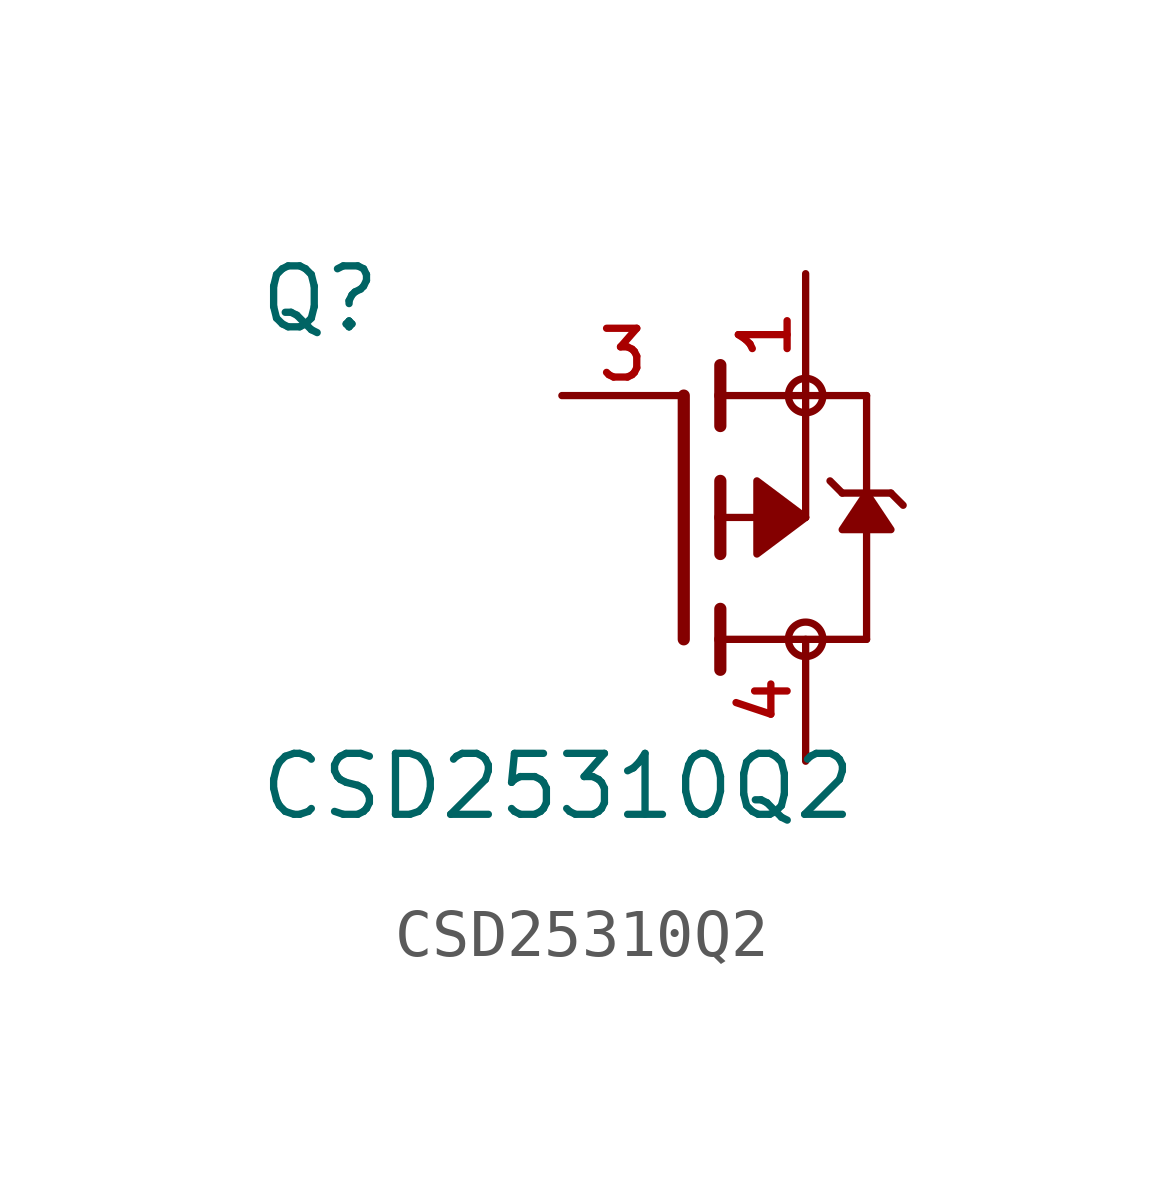
<source format=kicad_sym>
(kicad_symbol_lib
  (version 20211014)
  (generator kicad_symbol_editor)
  (symbol "CSD25310Q2"
    (pin_names
      (offset 1.016))
    (property "Reference" "Q"
      (at -8.89 3.81 0)
      (effects (font (size 1.27 1.27)) (justify bottom left)))
    (property "Value" "CSD25310Q2"
      (at -8.89 -6.35 0)
      (effects (font (size 1.27 1.27)) (justify bottom left)))
    (symbol "CSD25310Q2_0_0"
      (polyline (pts (xy 0.762 -0.762) (xy 0.762 0.0)) (stroke (width 0.254)))
      (polyline (pts (xy 0.762 0.0) (xy 0.762 0.762)) (stroke (width 0.254)))
      (polyline (pts (xy 0.762 -3.175) (xy 0.762 -2.54)) (stroke (width 0.254)))
      (polyline (pts (xy 0.762 -2.54) (xy 0.762 -1.905)) (stroke (width 0.254)))
      (polyline (pts (xy 0.762 0.0) (xy 2.54 0.0)) (stroke (width 0.152)))
      (polyline (pts (xy 2.54 0.0) (xy 2.54 2.54)) (stroke (width 0.152)))
      (polyline (pts (xy 0.762 1.905) (xy 0.762 2.54)) (stroke (width 0.254)))
      (polyline (pts (xy 0.762 2.54) (xy 0.762 3.175)) (stroke (width 0.254)))
      (polyline (pts (xy 0.0 -2.54) (xy 0.0 2.54)) (stroke (width 0.254)))
      (polyline (pts (xy 2.54 2.54) (xy 0.762 2.54)) (stroke (width 0.152)))
      (polyline (pts (xy 3.81 -2.54) (xy 3.81 0.508)) (stroke (width 0.152)))
      (polyline (pts (xy 3.81 0.508) (xy 3.81 2.54)) (stroke (width 0.152)))
      (polyline (pts (xy 2.54 2.54) (xy 3.81 2.54)) (stroke (width 0.152)))
      (polyline (pts (xy 0.762 -2.54) (xy 3.81 -2.54)) (stroke (width 0.152)))
      (polyline (pts (xy 3.048 0.762) (xy 3.302 0.508)) (stroke (width 0.152)))
      (polyline (pts (xy 3.302 0.508) (xy 3.81 0.508)) (stroke (width 0.152)))
      (polyline (pts (xy 3.81 0.508) (xy 4.318 0.508)) (stroke (width 0.152)))
      (polyline (pts (xy 4.318 0.508) (xy 4.572 0.254)) (stroke (width 0.152)))
      (circle (center 2.54 2.54) (radius 0.359) (stroke (width 0.0)) (fill (type none)))
      (circle (center 2.54 -2.54) (radius 0.359) (stroke (width 0.0)) (fill (type none)))
      (polyline (pts (xy 3.81 0.508) (xy 4.318 -0.254) (xy 3.302 -0.254) (xy 3.81 0.508)) (stroke (width 0.152)) (fill (type outline)))
      (polyline (pts (xy 2.54 0.0) (xy 1.524 0.762) (xy 1.524 -0.762) (xy 2.54 0.0)) (stroke (width 0.152)) (fill (type outline)))
      (pin passive line (at 2.54 5.08 270.0) (length 2.54) (name "~" (effects (font (size 1.016 1.016)))) (number "1" (effects (font (size 1.016 1.016)))))
      (pin passive line (at 2.54 5.08 270.0) (length 2.54) hide (name "~" (effects (font (size 1.016 1.016)))) (number "2" (effects (font (size 1.016 1.016)))))
      (pin passive line (at 2.54 5.08 270.0) (length 2.54) hide (name "~" (effects (font (size 1.016 1.016)))) (number "5" (effects (font (size 1.016 1.016)))))
      (pin passive line (at 2.54 5.08 270.0) (length 2.54) hide (name "~" (effects (font (size 1.016 1.016)))) (number "6" (effects (font (size 1.016 1.016)))))
      (pin passive line (at 2.54 5.08 270.0) (length 2.54) hide (name "~" (effects (font (size 1.016 1.016)))) (number "7" (effects (font (size 1.016 1.016)))))
      (pin passive line (at -2.54 2.54 0) (length 2.54) (name "~" (effects (font (size 1.016 1.016)))) (number "3" (effects (font (size 1.016 1.016)))))
      (pin passive line (at 2.54 -5.08 90.0) (length 2.54) (name "~" (effects (font (size 1.016 1.016)))) (number "4" (effects (font (size 1.016 1.016)))))
      (pin passive line (at 2.54 -5.08 90.0) (length 2.54) hide (name "~" (effects (font (size 1.016 1.016)))) (number "8" (effects (font (size 1.016 1.016))))))))
</source>
